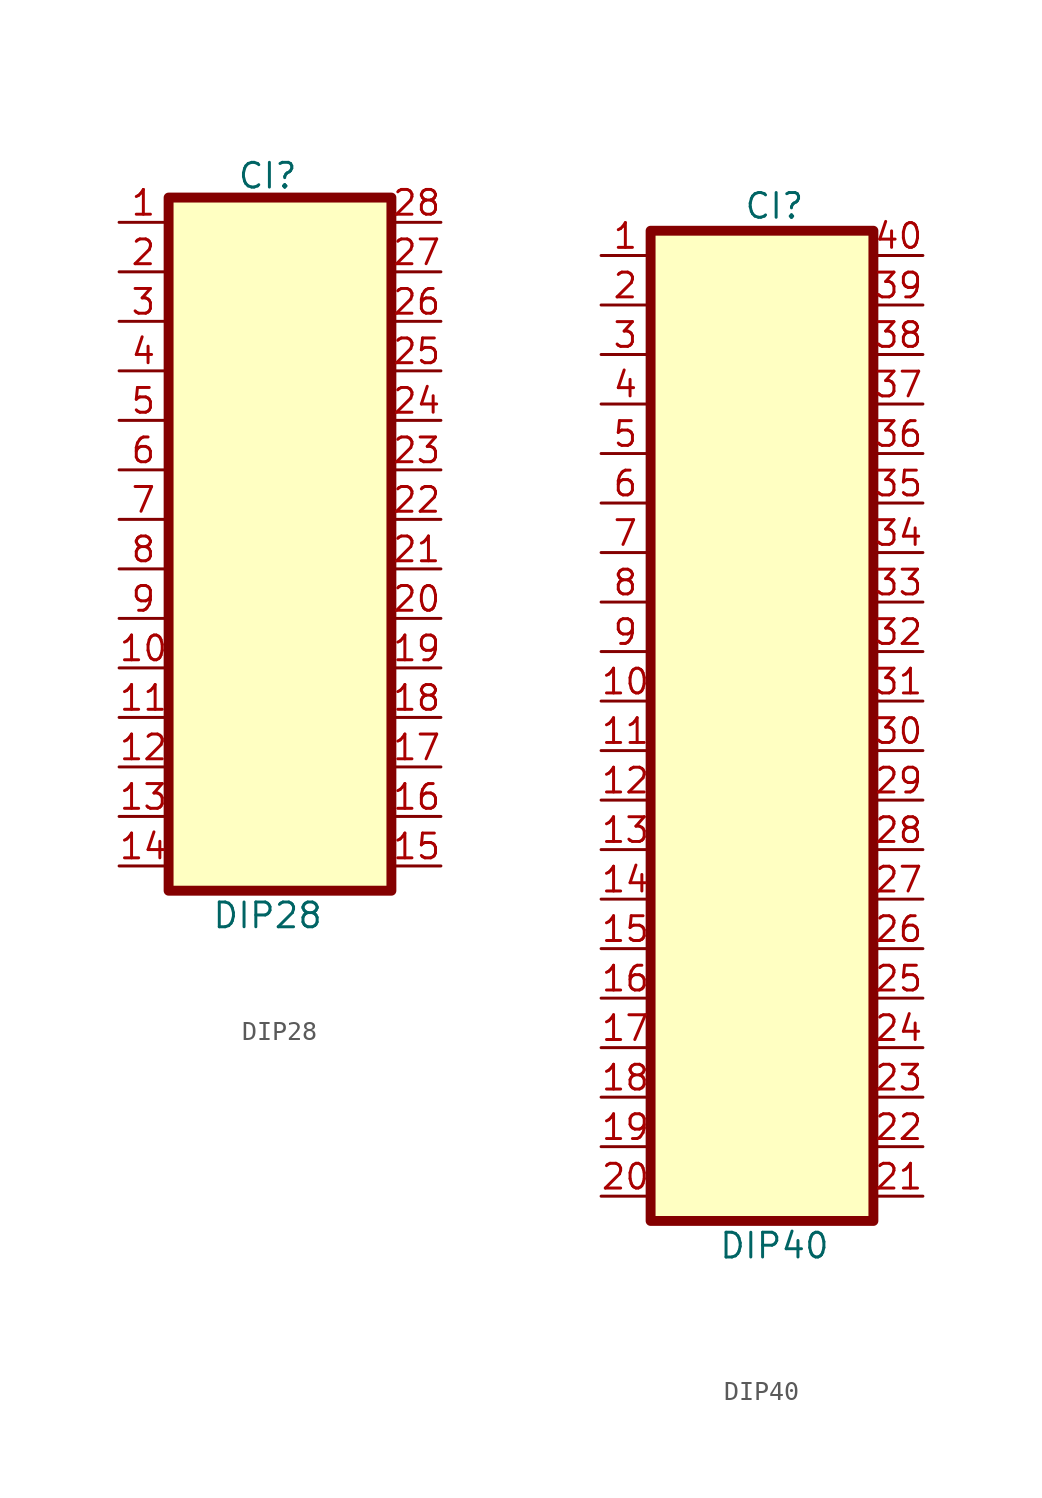
<source format=kicad_sym>
(kicad_symbol_lib
  (version 20220914)
  (generator kicad_symbol_editor)
  (symbol "DIP28"
    (pin_names
      (offset 1.016) hide)
    (property "Reference" "CI"
      (at -1.27 17.628 0)
      (effects (font (size 1.27 1.27))))
    (property "Value" "DIP28"
      (at -1.27 -20.32 0)
      (effects (font (size 1.27 1.27))))
    (symbol "DIP28_0_1"
      (rectangle (start -6.35 16.51) (end 5.08 -19.05) (stroke (width 0.508) (type default)) (fill (type background))))
    (symbol "DIP28_1_0"
      (pin passive line (at 7.62 -12.7 180) (length 2.489) (name "" (effects (font (size 1.27 1.27)))) (number "17" (effects (font (size 1.27 1.27))))))
    (symbol "DIP28_1_1"
      (pin passive line (at -8.89 15.24 0) (length 2.489) (name "" (effects (font (size 1.27 1.27)))) (number "1" (effects (font (size 1.27 1.27)))))
      (pin passive line (at -8.89 -7.62 0) (length 2.489) (name "" (effects (font (size 1.27 1.27)))) (number "10" (effects (font (size 1.27 1.27)))))
      (pin passive line (at -8.89 -10.16 0) (length 2.489) (name "" (effects (font (size 1.27 1.27)))) (number "11" (effects (font (size 1.27 1.27)))))
      (pin passive line (at -8.89 -12.7 0) (length 2.489) (name "" (effects (font (size 1.27 1.27)))) (number "12" (effects (font (size 1.27 1.27)))))
      (pin passive line (at -8.89 -15.24 0) (length 2.489) (name "" (effects (font (size 1.27 1.27)))) (number "13" (effects (font (size 1.27 1.27)))))
      (pin passive line (at -8.89 -17.78 0) (length 2.489) (name "" (effects (font (size 1.27 1.27)))) (number "14" (effects (font (size 1.27 1.27)))))
      (pin passive line (at 7.62 -17.78 180) (length 2.489) (name "" (effects (font (size 1.27 1.27)))) (number "15" (effects (font (size 1.27 1.27)))))
      (pin passive line (at 7.62 -15.24 180) (length 2.489) (name "" (effects (font (size 1.27 1.27)))) (number "16" (effects (font (size 1.27 1.27)))))
      (pin passive line (at 7.62 -10.16 180) (length 2.489) (name "" (effects (font (size 1.27 1.27)))) (number "18" (effects (font (size 1.27 1.27)))))
      (pin passive line (at 7.62 -7.62 180) (length 2.489) (name "" (effects (font (size 1.27 1.27)))) (number "19" (effects (font (size 1.27 1.27)))))
      (pin passive line (at -8.89 12.7 0) (length 2.489) (name "" (effects (font (size 1.27 1.27)))) (number "2" (effects (font (size 1.27 1.27)))))
      (pin passive line (at 7.62 -5.08 180) (length 2.489) (name "" (effects (font (size 1.27 1.27)))) (number "20" (effects (font (size 1.27 1.27)))))
      (pin passive line (at 7.62 -2.54 180) (length 2.489) (name "" (effects (font (size 1.27 1.27)))) (number "21" (effects (font (size 1.27 1.27)))))
      (pin passive line (at 7.62 0 180) (length 2.489) (name "" (effects (font (size 1.27 1.27)))) (number "22" (effects (font (size 1.27 1.27)))))
      (pin passive line (at 7.62 2.54 180) (length 2.489) (name "" (effects (font (size 1.27 1.27)))) (number "23" (effects (font (size 1.27 1.27)))))
      (pin passive line (at 7.62 5.08 180) (length 2.489) (name "" (effects (font (size 1.27 1.27)))) (number "24" (effects (font (size 1.27 1.27)))))
      (pin passive line (at 7.62 7.62 180) (length 2.489) (name "" (effects (font (size 1.27 1.27)))) (number "25" (effects (font (size 1.27 1.27)))))
      (pin passive line (at 7.62 10.16 180) (length 2.489) (name "" (effects (font (size 1.27 1.27)))) (number "26" (effects (font (size 1.27 1.27)))))
      (pin passive line (at 7.62 12.7 180) (length 2.489) (name "" (effects (font (size 1.27 1.27)))) (number "27" (effects (font (size 1.27 1.27)))))
      (pin passive line (at 7.62 15.24 180) (length 2.489) (name "" (effects (font (size 1.27 1.27)))) (number "28" (effects (font (size 1.27 1.27)))))
      (pin passive line (at -8.89 10.16 0) (length 2.489) (name "" (effects (font (size 1.27 1.27)))) (number "3" (effects (font (size 1.27 1.27)))))
      (pin passive line (at -8.89 7.62 0) (length 2.489) (name "" (effects (font (size 1.27 1.27)))) (number "4" (effects (font (size 1.27 1.27)))))
      (pin passive line (at -8.89 5.08 0) (length 2.489) (name "" (effects (font (size 1.27 1.27)))) (number "5" (effects (font (size 1.27 1.27)))))
      (pin passive line (at -8.89 2.54 0) (length 2.489) (name "" (effects (font (size 1.27 1.27)))) (number "6" (effects (font (size 1.27 1.27)))))
      (pin passive line (at -8.89 0 0) (length 2.489) (name "" (effects (font (size 1.27 1.27)))) (number "7" (effects (font (size 1.27 1.27)))))
      (pin passive line (at -8.89 -2.54 0) (length 2.489) (name "" (effects (font (size 1.27 1.27)))) (number "8" (effects (font (size 1.27 1.27)))))
      (pin passive line (at -8.89 -5.08 0) (length 2.489) (name "" (effects (font (size 1.27 1.27)))) (number "9" (effects (font (size 1.27 1.27)))))))
  (symbol "DIP40"
    (pin_names
      (offset 1.016) hide)
    (property "Reference" "CI"
      (at 0 25.4 0)
      (effects (font (size 1.27 1.27))))
    (property "Value" "DIP40"
      (at 0 -27.94 0)
      (effects (font (size 1.27 1.27))))
    (symbol "DIP40_0_1"
      (rectangle (start -6.35 24.13) (end 5.08 -26.67) (stroke (width 0.508) (type default)) (fill (type background))))
    (symbol "DIP40_1_0"
      (pin passive line (at -8.89 -17.78 0) (length 2.489) (name "Pin_17" (effects (font (size 1.27 1.27)))) (number "17" (effects (font (size 1.27 1.27))))))
    (symbol "DIP40_1_1"
      (pin passive line (at -8.89 22.86 0) (length 2.489) (name "Pin_1" (effects (font (size 1.27 1.27)))) (number "1" (effects (font (size 1.27 1.27)))))
      (pin passive line (at -8.89 0 0) (length 2.489) (name "Pin_10" (effects (font (size 1.27 1.27)))) (number "10" (effects (font (size 1.27 1.27)))))
      (pin passive line (at -8.89 -2.54 0) (length 2.489) (name "Pin_11" (effects (font (size 1.27 1.27)))) (number "11" (effects (font (size 1.27 1.27)))))
      (pin passive line (at -8.89 -5.08 0) (length 2.489) (name "Pin_12" (effects (font (size 1.27 1.27)))) (number "12" (effects (font (size 1.27 1.27)))))
      (pin passive line (at -8.89 -7.62 0) (length 2.489) (name "Pin_13" (effects (font (size 1.27 1.27)))) (number "13" (effects (font (size 1.27 1.27)))))
      (pin passive line (at -8.89 -10.16 0) (length 2.489) (name "Pin_14" (effects (font (size 1.27 1.27)))) (number "14" (effects (font (size 1.27 1.27)))))
      (pin passive line (at -8.89 -12.7 0) (length 2.489) (name "Pin_15" (effects (font (size 1.27 1.27)))) (number "15" (effects (font (size 1.27 1.27)))))
      (pin passive line (at -8.89 -15.24 0) (length 2.489) (name "Pin_16" (effects (font (size 1.27 1.27)))) (number "16" (effects (font (size 1.27 1.27)))))
      (pin passive line (at -8.89 -20.32 0) (length 2.489) (name "Pin_18" (effects (font (size 1.27 1.27)))) (number "18" (effects (font (size 1.27 1.27)))))
      (pin passive line (at -8.89 -22.86 0) (length 2.489) (name "Pin_19" (effects (font (size 1.27 1.27)))) (number "19" (effects (font (size 1.27 1.27)))))
      (pin passive line (at -8.89 20.32 0) (length 2.489) (name "Pin_2" (effects (font (size 1.27 1.27)))) (number "2" (effects (font (size 1.27 1.27)))))
      (pin passive line (at -8.89 -25.4 0) (length 2.489) (name "Pin_20" (effects (font (size 1.27 1.27)))) (number "20" (effects (font (size 1.27 1.27)))))
      (pin passive line (at 7.62 -25.4 180) (length 2.489) (name "Pin_21" (effects (font (size 1.27 1.27)))) (number "21" (effects (font (size 1.27 1.27)))))
      (pin passive line (at 7.62 -22.86 180) (length 2.489) (name "Pin_22" (effects (font (size 1.27 1.27)))) (number "22" (effects (font (size 1.27 1.27)))))
      (pin passive line (at 7.62 -20.32 180) (length 2.489) (name "Pin_23" (effects (font (size 1.27 1.27)))) (number "23" (effects (font (size 1.27 1.27)))))
      (pin passive line (at 7.62 -17.78 180) (length 2.489) (name "Pin_24" (effects (font (size 1.27 1.27)))) (number "24" (effects (font (size 1.27 1.27)))))
      (pin passive line (at 7.62 -15.24 180) (length 2.489) (name "Pin_25" (effects (font (size 1.27 1.27)))) (number "25" (effects (font (size 1.27 1.27)))))
      (pin passive line (at 7.62 -12.7 180) (length 2.489) (name "Pin26" (effects (font (size 1.27 1.27)))) (number "26" (effects (font (size 1.27 1.27)))))
      (pin passive line (at 7.62 -10.16 180) (length 2.489) (name "Pin27" (effects (font (size 1.27 1.27)))) (number "27" (effects (font (size 1.27 1.27)))))
      (pin passive line (at 7.62 -7.62 180) (length 2.489) (name "Pin28" (effects (font (size 1.27 1.27)))) (number "28" (effects (font (size 1.27 1.27)))))
      (pin passive line (at 7.62 -5.08 180) (length 2.489) (name "Pin_29" (effects (font (size 1.27 1.27)))) (number "29" (effects (font (size 1.27 1.27)))))
      (pin passive line (at -8.89 17.78 0) (length 2.489) (name "Pin_3" (effects (font (size 1.27 1.27)))) (number "3" (effects (font (size 1.27 1.27)))))
      (pin passive line (at 7.62 -2.54 180) (length 2.489) (name "Pin_30" (effects (font (size 1.27 1.27)))) (number "30" (effects (font (size 1.27 1.27)))))
      (pin passive line (at 7.62 0 180) (length 2.489) (name "Pin_31" (effects (font (size 1.27 1.27)))) (number "31" (effects (font (size 1.27 1.27)))))
      (pin passive line (at 7.62 2.54 180) (length 2.489) (name "Pin_32" (effects (font (size 1.27 1.27)))) (number "32" (effects (font (size 1.27 1.27)))))
      (pin passive line (at 7.62 5.08 180) (length 2.489) (name "Pin33" (effects (font (size 1.27 1.27)))) (number "33" (effects (font (size 1.27 1.27)))))
      (pin passive line (at 7.62 7.62 180) (length 2.489) (name "Pin34" (effects (font (size 1.27 1.27)))) (number "34" (effects (font (size 1.27 1.27)))))
      (pin passive line (at 7.62 10.16 180) (length 2.489) (name "Pin35" (effects (font (size 1.27 1.27)))) (number "35" (effects (font (size 1.27 1.27)))))
      (pin passive line (at 7.62 12.7 180) (length 2.489) (name "Pin_36" (effects (font (size 1.27 1.27)))) (number "36" (effects (font (size 1.27 1.27)))))
      (pin passive line (at 7.62 15.24 180) (length 2.489) (name "Pin37" (effects (font (size 1.27 1.27)))) (number "37" (effects (font (size 1.27 1.27)))))
      (pin passive line (at 7.62 17.78 180) (length 2.489) (name "Pin_38" (effects (font (size 1.27 1.27)))) (number "38" (effects (font (size 1.27 1.27)))))
      (pin passive line (at 7.62 20.32 180) (length 2.489) (name "Pin39" (effects (font (size 1.27 1.27)))) (number "39" (effects (font (size 1.27 1.27)))))
      (pin passive line (at -8.89 15.24 0) (length 2.489) (name "Pin_4" (effects (font (size 1.27 1.27)))) (number "4" (effects (font (size 1.27 1.27)))))
      (pin passive line (at 7.62 22.86 180) (length 2.489) (name "Pin40" (effects (font (size 1.27 1.27)))) (number "40" (effects (font (size 1.27 1.27)))))
      (pin passive line (at -8.89 12.7 0) (length 2.489) (name "Pin_5" (effects (font (size 1.27 1.27)))) (number "5" (effects (font (size 1.27 1.27)))))
      (pin passive line (at -8.89 10.16 0) (length 2.489) (name "Pin_6" (effects (font (size 1.27 1.27)))) (number "6" (effects (font (size 1.27 1.27)))))
      (pin passive line (at -8.89 7.62 0) (length 2.489) (name "Pin_7" (effects (font (size 1.27 1.27)))) (number "7" (effects (font (size 1.27 1.27)))))
      (pin passive line (at -8.89 5.08 0) (length 2.489) (name "Pin_8" (effects (font (size 1.27 1.27)))) (number "8" (effects (font (size 1.27 1.27)))))
      (pin passive line (at -8.89 2.54 0) (length 2.489) (name "Pin_9" (effects (font (size 1.27 1.27)))) (number "9" (effects (font (size 1.27 1.27))))))))
</source>
